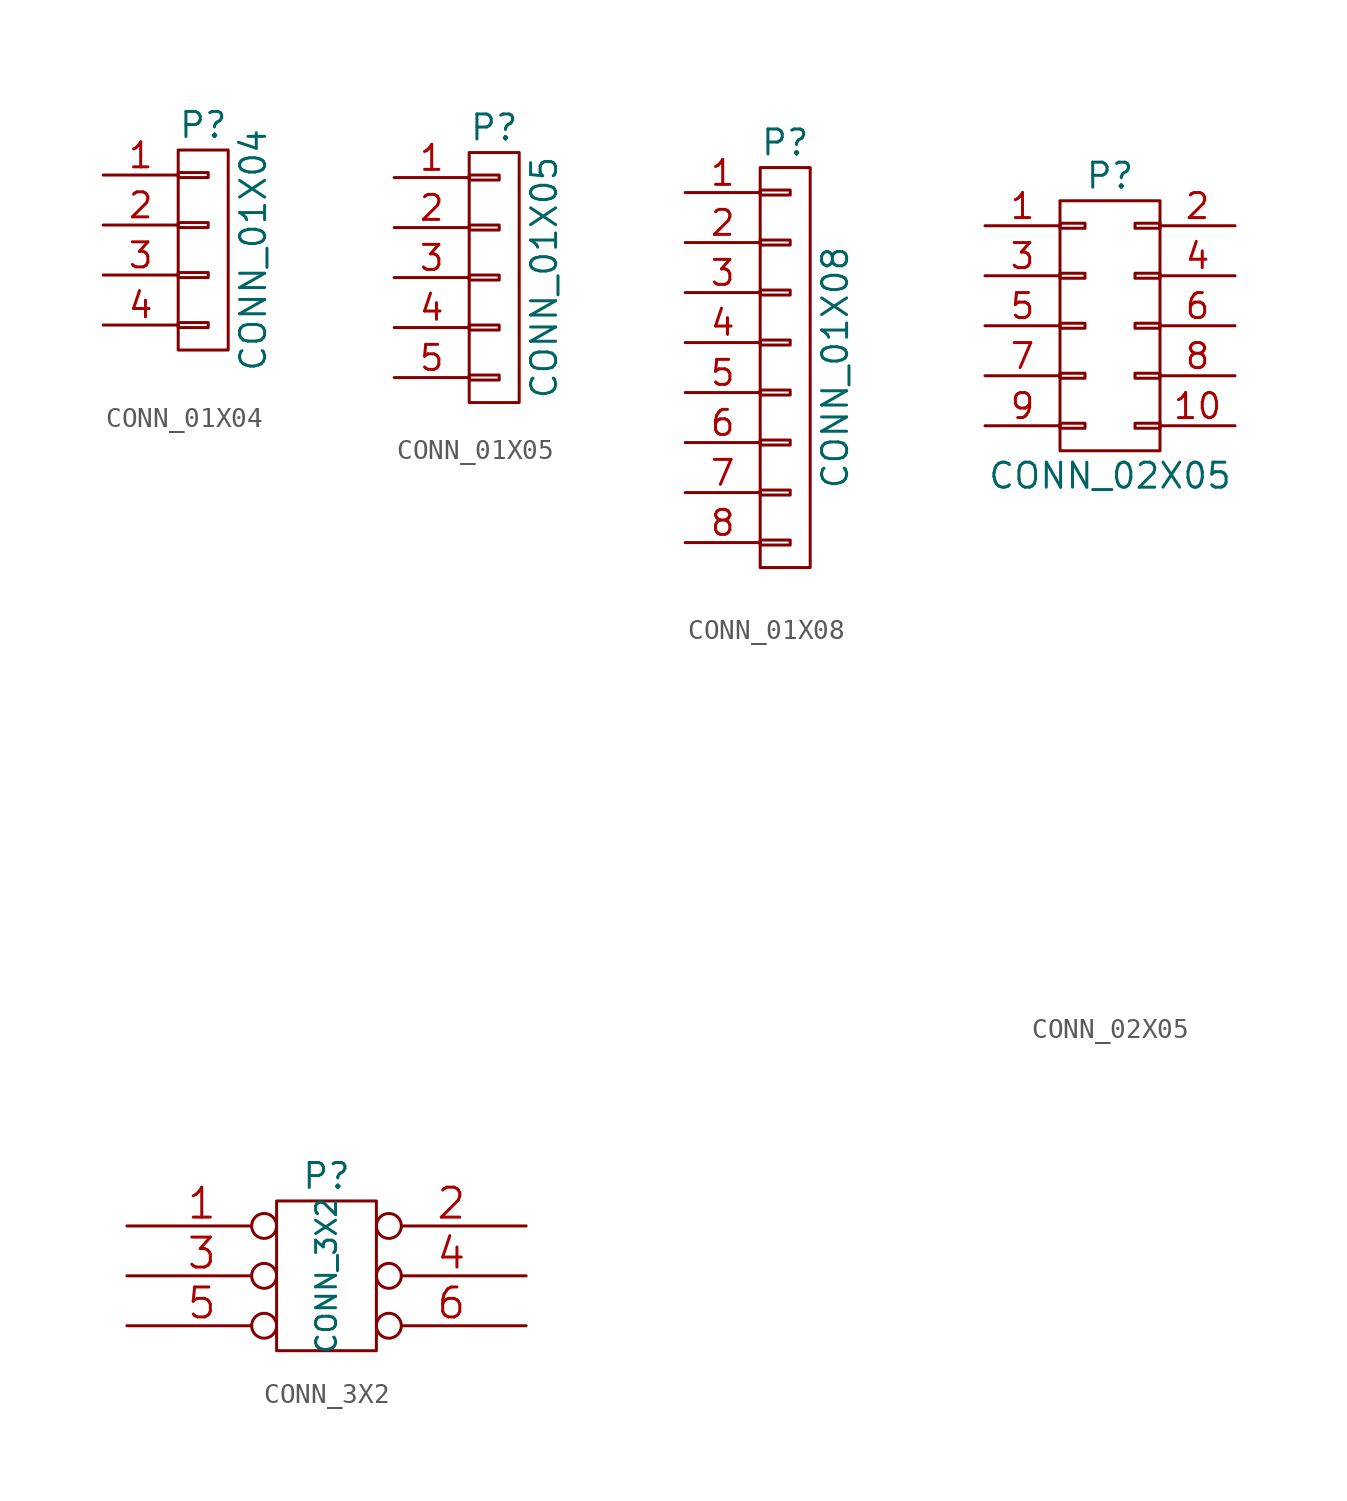
<source format=kicad_sym>
(kicad_symbol_lib
  (version 20231120)
  (generator "kicad_symbol_editor")
  (generator_version "8.0")
  (symbol "CONN_01X04"
    (pin_names
      (offset 1.016) hide)
    (property "Reference" "P"
      (at 0 6.35 0)
      (effects (font (size 1.27 1.27))))
    (property "Value" "CONN_01X04"
      (at 2.54 0 90)
      (effects (font (size 1.27 1.27))))
    (property "Footprint" ""
      (at 0 0 0)
      (effects (font (size 1.524 1.524))))
    (property "Datasheet" ""
      (at 0 0 0)
      (effects (font (size 1.524 1.524))))
    (symbol "CONN_01X04_0_1"
      (rectangle (start -1.27 -3.683) (end 0.254 -3.937) (stroke (width 0) (type default)) (fill (type none)))
      (rectangle (start -1.27 -1.143) (end 0.254 -1.397) (stroke (width 0) (type default)) (fill (type none)))
      (rectangle (start -1.27 1.397) (end 0.254 1.143) (stroke (width 0) (type default)) (fill (type none)))
      (rectangle (start -1.27 3.937) (end 0.254 3.683) (stroke (width 0) (type default)) (fill (type none)))
      (rectangle (start -1.27 5.08) (end 1.27 -5.08) (stroke (width 0) (type default)) (fill (type none))))
    (symbol "CONN_01X04_1_1"
      (pin passive line (at -5.08 3.81 0) (length 3.81) (name "P1" (effects (font (size 1.27 1.27)))) (number "1" (effects (font (size 1.27 1.27)))))
      (pin passive line (at -5.08 1.27 0) (length 3.81) (name "P2" (effects (font (size 1.27 1.27)))) (number "2" (effects (font (size 1.27 1.27)))))
      (pin passive line (at -5.08 -1.27 0) (length 3.81) (name "P3" (effects (font (size 1.27 1.27)))) (number "3" (effects (font (size 1.27 1.27)))))
      (pin passive line (at -5.08 -3.81 0) (length 3.81) (name "P4" (effects (font (size 1.27 1.27)))) (number "4" (effects (font (size 1.27 1.27)))))))
  (symbol "CONN_01X05"
    (pin_names
      (offset 1.016) hide)
    (property "Reference" "P"
      (at 0 7.62 0)
      (effects (font (size 1.27 1.27))))
    (property "Value" "CONN_01X05"
      (at 2.54 0 90)
      (effects (font (size 1.27 1.27))))
    (property "Footprint" ""
      (at 0 0 0)
      (effects (font (size 1.524 1.524))))
    (property "Datasheet" ""
      (at 0 0 0)
      (effects (font (size 1.524 1.524))))
    (symbol "CONN_01X05_0_1"
      (rectangle (start -1.27 -4.953) (end 0.254 -5.207) (stroke (width 0) (type default)) (fill (type none)))
      (rectangle (start -1.27 -2.413) (end 0.254 -2.667) (stroke (width 0) (type default)) (fill (type none)))
      (rectangle (start -1.27 0.127) (end 0.254 -0.127) (stroke (width 0) (type default)) (fill (type none)))
      (rectangle (start -1.27 2.667) (end 0.254 2.413) (stroke (width 0) (type default)) (fill (type none)))
      (rectangle (start -1.27 5.207) (end 0.254 4.953) (stroke (width 0) (type default)) (fill (type none)))
      (rectangle (start -1.27 6.35) (end 1.27 -6.35) (stroke (width 0) (type default)) (fill (type none))))
    (symbol "CONN_01X05_1_1"
      (pin passive line (at -5.08 5.08 0) (length 3.81) (name "P1" (effects (font (size 1.27 1.27)))) (number "1" (effects (font (size 1.27 1.27)))))
      (pin passive line (at -5.08 2.54 0) (length 3.81) (name "P2" (effects (font (size 1.27 1.27)))) (number "2" (effects (font (size 1.27 1.27)))))
      (pin passive line (at -5.08 0 0) (length 3.81) (name "P3" (effects (font (size 1.27 1.27)))) (number "3" (effects (font (size 1.27 1.27)))))
      (pin passive line (at -5.08 -2.54 0) (length 3.81) (name "P4" (effects (font (size 1.27 1.27)))) (number "4" (effects (font (size 1.27 1.27)))))
      (pin passive line (at -5.08 -5.08 0) (length 3.81) (name "P5" (effects (font (size 1.27 1.27)))) (number "5" (effects (font (size 1.27 1.27)))))))
  (symbol "CONN_01X08"
    (pin_names
      (offset 1.016) hide)
    (property "Reference" "P"
      (at 0 11.43 0)
      (effects (font (size 1.27 1.27))))
    (property "Value" "CONN_01X08"
      (at 2.54 0 90)
      (effects (font (size 1.27 1.27))))
    (property "Footprint" ""
      (at 0 0 0)
      (effects (font (size 1.524 1.524))))
    (property "Datasheet" ""
      (at 0 0 0)
      (effects (font (size 1.524 1.524))))
    (symbol "CONN_01X08_0_1"
      (rectangle (start -1.27 -10.16) (end 1.27 10.16) (stroke (width 0) (type default)) (fill (type none)))
      (rectangle (start -1.27 -8.763) (end 0.254 -9.017) (stroke (width 0) (type default)) (fill (type none)))
      (rectangle (start -1.27 -6.223) (end 0.254 -6.477) (stroke (width 0) (type default)) (fill (type none)))
      (rectangle (start -1.27 -3.683) (end 0.254 -3.937) (stroke (width 0) (type default)) (fill (type none)))
      (rectangle (start -1.27 -1.143) (end 0.254 -1.397) (stroke (width 0) (type default)) (fill (type none)))
      (rectangle (start -1.27 1.397) (end 0.254 1.143) (stroke (width 0) (type default)) (fill (type none)))
      (rectangle (start -1.27 3.937) (end 0.254 3.683) (stroke (width 0) (type default)) (fill (type none)))
      (rectangle (start -1.27 6.477) (end 0.254 6.223) (stroke (width 0) (type default)) (fill (type none)))
      (rectangle (start -1.27 9.017) (end 0.254 8.763) (stroke (width 0) (type default)) (fill (type none))))
    (symbol "CONN_01X08_1_1"
      (pin passive line (at -5.08 8.89 0) (length 3.81) (name "P1" (effects (font (size 1.27 1.27)))) (number "1" (effects (font (size 1.27 1.27)))))
      (pin passive line (at -5.08 6.35 0) (length 3.81) (name "P2" (effects (font (size 1.27 1.27)))) (number "2" (effects (font (size 1.27 1.27)))))
      (pin passive line (at -5.08 3.81 0) (length 3.81) (name "P3" (effects (font (size 1.27 1.27)))) (number "3" (effects (font (size 1.27 1.27)))))
      (pin passive line (at -5.08 1.27 0) (length 3.81) (name "P4" (effects (font (size 1.27 1.27)))) (number "4" (effects (font (size 1.27 1.27)))))
      (pin passive line (at -5.08 -1.27 0) (length 3.81) (name "P5" (effects (font (size 1.27 1.27)))) (number "5" (effects (font (size 1.27 1.27)))))
      (pin passive line (at -5.08 -3.81 0) (length 3.81) (name "P6" (effects (font (size 1.27 1.27)))) (number "6" (effects (font (size 1.27 1.27)))))
      (pin passive line (at -5.08 -6.35 0) (length 3.81) (name "P7" (effects (font (size 1.27 1.27)))) (number "7" (effects (font (size 1.27 1.27)))))
      (pin passive line (at -5.08 -8.89 0) (length 3.81) (name "P8" (effects (font (size 1.27 1.27)))) (number "8" (effects (font (size 1.27 1.27)))))))
  (symbol "CONN_02X05"
    (pin_names
      (offset 0.025) hide)
    (property "Reference" "P"
      (at 0 7.62 0)
      (effects (font (size 1.27 1.27))))
    (property "Value" "CONN_02X05"
      (at 0 -7.62 0)
      (effects (font (size 1.27 1.27))))
    (property "Footprint" ""
      (at 0 -30.48 0)
      (effects (font (size 1.524 1.524))))
    (property "Datasheet" ""
      (at 0 -30.48 0)
      (effects (font (size 1.524 1.524))))
    (symbol "CONN_02X05_0_1"
      (rectangle (start -2.54 -4.953) (end -1.27 -5.207) (stroke (width 0) (type default)) (fill (type none)))
      (rectangle (start -2.54 -2.413) (end -1.27 -2.667) (stroke (width 0) (type default)) (fill (type none)))
      (rectangle (start -2.54 0.127) (end -1.27 -0.127) (stroke (width 0) (type default)) (fill (type none)))
      (rectangle (start -2.54 2.667) (end -1.27 2.413) (stroke (width 0) (type default)) (fill (type none)))
      (rectangle (start -2.54 5.207) (end -1.27 4.953) (stroke (width 0) (type default)) (fill (type none)))
      (rectangle (start -2.54 6.35) (end 2.54 -6.35) (stroke (width 0) (type default)) (fill (type none)))
      (rectangle (start 1.27 -4.953) (end 2.54 -5.207) (stroke (width 0) (type default)) (fill (type none)))
      (rectangle (start 1.27 -2.413) (end 2.54 -2.667) (stroke (width 0) (type default)) (fill (type none)))
      (rectangle (start 1.27 0.127) (end 2.54 -0.127) (stroke (width 0) (type default)) (fill (type none)))
      (rectangle (start 1.27 2.667) (end 2.54 2.413) (stroke (width 0) (type default)) (fill (type none)))
      (rectangle (start 1.27 5.207) (end 2.54 4.953) (stroke (width 0) (type default)) (fill (type none))))
    (symbol "CONN_02X05_1_1"
      (pin passive line (at -6.35 5.08 0) (length 3.81) (name "P1" (effects (font (size 1.27 1.27)))) (number "1" (effects (font (size 1.27 1.27)))))
      (pin passive line (at 6.35 -5.08 180) (length 3.81) (name "P10" (effects (font (size 1.27 1.27)))) (number "10" (effects (font (size 1.27 1.27)))))
      (pin passive line (at 6.35 5.08 180) (length 3.81) (name "P2" (effects (font (size 1.27 1.27)))) (number "2" (effects (font (size 1.27 1.27)))))
      (pin passive line (at -6.35 2.54 0) (length 3.81) (name "P3" (effects (font (size 1.27 1.27)))) (number "3" (effects (font (size 1.27 1.27)))))
      (pin passive line (at 6.35 2.54 180) (length 3.81) (name "P4" (effects (font (size 1.27 1.27)))) (number "4" (effects (font (size 1.27 1.27)))))
      (pin passive line (at -6.35 0 0) (length 3.81) (name "P5" (effects (font (size 1.27 1.27)))) (number "5" (effects (font (size 1.27 1.27)))))
      (pin passive line (at 6.35 0 180) (length 3.81) (name "P6" (effects (font (size 1.27 1.27)))) (number "6" (effects (font (size 1.27 1.27)))))
      (pin passive line (at -6.35 -2.54 0) (length 3.81) (name "P7" (effects (font (size 1.27 1.27)))) (number "7" (effects (font (size 1.27 1.27)))))
      (pin passive line (at 6.35 -2.54 180) (length 3.81) (name "P8" (effects (font (size 1.27 1.27)))) (number "8" (effects (font (size 1.27 1.27)))))
      (pin passive line (at -6.35 -5.08 0) (length 3.81) (name "P9" (effects (font (size 1.27 1.27)))) (number "9" (effects (font (size 1.27 1.27)))))))
  (symbol "CONN_3X2"
    (pin_names
      (offset 1.016) hide)
    (property "Reference" "P"
      (at 0 6.35 0)
      (effects (font (size 1.27 1.27))))
    (property "Value" "CONN_3X2"
      (at 0 1.27 90)
      (effects (font (size 1.016 1.016))))
    (property "Footprint" ""
      (at 0 0 0)
      (effects (font (size 1.524 1.524))))
    (property "Datasheet" ""
      (at 0 0 0)
      (effects (font (size 1.524 1.524))))
    (symbol "CONN_3X2_0_1"
      (rectangle (start -2.54 5.08) (end 2.54 -2.54) (stroke (width 0) (type default)) (fill (type none))))
    (symbol "CONN_3X2_1_1"
      (pin passive inverted (at -10.16 3.81 0) (length 7.62) (name "1" (effects (font (size 1.524 1.524)))) (number "1" (effects (font (size 1.524 1.524)))))
      (pin passive inverted (at 10.16 3.81 180) (length 7.62) (name "2" (effects (font (size 1.524 1.524)))) (number "2" (effects (font (size 1.524 1.524)))))
      (pin passive inverted (at -10.16 1.27 0) (length 7.62) (name "3" (effects (font (size 1.524 1.524)))) (number "3" (effects (font (size 1.524 1.524)))))
      (pin passive inverted (at 10.16 1.27 180) (length 7.62) (name "4" (effects (font (size 1.524 1.524)))) (number "4" (effects (font (size 1.524 1.524)))))
      (pin passive inverted (at -10.16 -1.27 0) (length 7.62) (name "5" (effects (font (size 1.524 1.524)))) (number "5" (effects (font (size 1.524 1.524)))))
      (pin passive inverted (at 10.16 -1.27 180) (length 7.62) (name "6" (effects (font (size 1.524 1.524)))) (number "6" (effects (font (size 1.524 1.524))))))))
</source>
